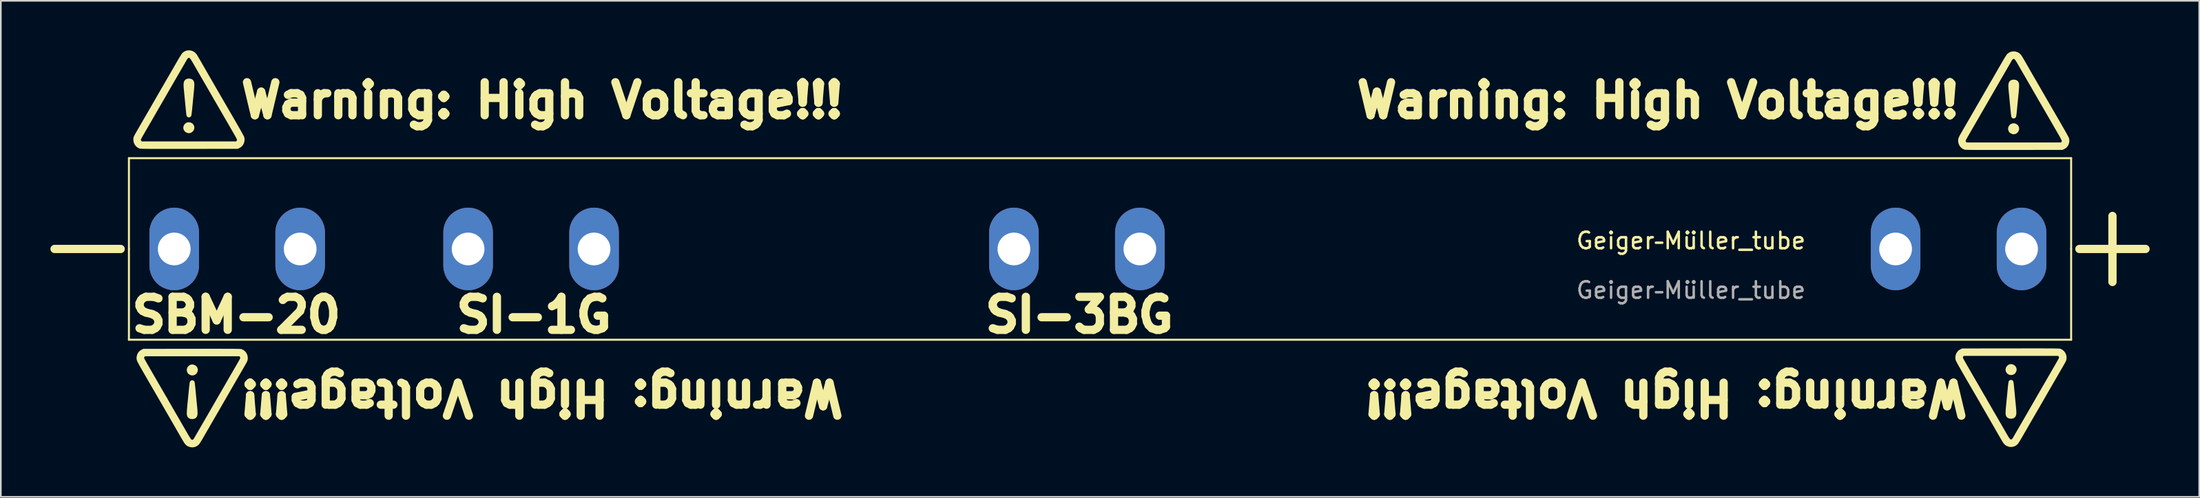
<source format=kicad_pcb>
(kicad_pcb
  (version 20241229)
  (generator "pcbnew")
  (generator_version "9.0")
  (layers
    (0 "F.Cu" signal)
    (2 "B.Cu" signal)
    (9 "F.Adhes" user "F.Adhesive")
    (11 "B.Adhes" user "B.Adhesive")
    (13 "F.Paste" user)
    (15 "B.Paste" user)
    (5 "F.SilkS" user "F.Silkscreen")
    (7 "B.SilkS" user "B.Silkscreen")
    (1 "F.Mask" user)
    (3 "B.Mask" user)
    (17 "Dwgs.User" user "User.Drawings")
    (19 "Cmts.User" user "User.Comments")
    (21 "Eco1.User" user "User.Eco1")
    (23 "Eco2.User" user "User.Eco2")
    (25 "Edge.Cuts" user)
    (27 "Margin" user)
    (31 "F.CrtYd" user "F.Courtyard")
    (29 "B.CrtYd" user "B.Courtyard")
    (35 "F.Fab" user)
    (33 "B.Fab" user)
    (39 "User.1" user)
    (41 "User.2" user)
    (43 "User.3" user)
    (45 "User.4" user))
  (footprint "Geiger–Müller_tube"
    (layer "F.Cu")
    (at 85.25 12.032)
    (property "Reference" "Geiger–Müller_tube" (at 14 -0.5 0) (unlocked yes) (layer "F.SilkS") (effects (font (size 1 1) (thickness 0.15))))
    (attr through_hole)
    (fp_line (start -85 0) (end -81 0) (stroke (width 0.5) (type solid)) (layer "F.SilkS"))
    (fp_line (start -80.5 -5.5) (end 37 -5.5) (stroke (width 0.12) (type solid)) (layer "F.SilkS"))
    (fp_line (start -80.5 0) (end -80.5 -5.5) (stroke (width 0.12) (type solid)) (layer "F.SilkS"))
    (fp_line (start -80.5 5.5) (end -80.5 0) (stroke (width 0.12) (type solid)) (layer "F.SilkS"))
    (fp_line (start 37 0) (end 37 -5.5) (stroke (width 0.12) (type solid)) (layer "F.SilkS"))
    (fp_line (start 37 0) (end 37 5.5) (stroke (width 0.12) (type solid)) (layer "F.SilkS"))
    (fp_line (start 37 5.5) (end -80.5 5.5) (stroke (width 0.12) (type solid)) (layer "F.SilkS"))
    (fp_line (start 37.5 0) (end 41.5 0) (stroke (width 0.5) (type solid)) (layer "F.SilkS"))
    (fp_line (start 39.5 2) (end 39.5 -2) (stroke (width 0.5) (type solid)) (layer "F.SilkS"))
    (fp_poly (pts (xy -76.802 7.634) (xy -76.881 7.586) (xy -76.944 7.519) (xy -76.985 7.435) (xy -77.001 7.337) (xy -77.001 7.334) (xy -76.986 7.239) (xy -76.946 7.154) (xy -76.886 7.083) (xy -76.81 7.031) (xy -76.724 7.002) (xy -76.633 7) (xy -76.6 7.006) (xy -76.497 7.047) (xy -76.417 7.11) (xy -76.362 7.191) (xy -76.334 7.287) (xy -76.331 7.335) (xy -76.345 7.423) (xy -76.385 7.507) (xy -76.444 7.579) (xy -76.515 7.629) (xy -76.517 7.629) (xy -76.615 7.658) (xy -76.712 7.659)) (stroke (width 0) (type solid)) (fill yes) (layer "F.SilkS"))
    (fp_poly (pts (xy -76.74 -7.649) (xy -76.661 -7.601) (xy -76.599 -7.534) (xy -76.557 -7.45) (xy -76.541 -7.352) (xy -76.541 -7.348) (xy -76.556 -7.254) (xy -76.596 -7.169) (xy -76.657 -7.098) (xy -76.732 -7.046) (xy -76.818 -7.017) (xy -76.909 -7.015) (xy -76.942 -7.021) (xy -77.045 -7.062) (xy -77.125 -7.124) (xy -77.18 -7.205) (xy -77.208 -7.302) (xy -77.211 -7.35) (xy -77.197 -7.438) (xy -77.157 -7.522) (xy -77.099 -7.594) (xy -77.027 -7.643) (xy -77.026 -7.644) (xy -76.927 -7.673) (xy -76.83 -7.674)) (stroke (width 0) (type solid)) (fill yes) (layer "F.SilkS"))
    (fp_poly (pts (xy 33.231 7.612) (xy 33.152 7.564) (xy 33.09 7.497) (xy 33.048 7.413) (xy 33.032 7.315) (xy 33.032 7.312) (xy 33.047 7.217) (xy 33.087 7.132) (xy 33.147 7.061) (xy 33.223 7.009) (xy 33.309 6.98) (xy 33.4 6.978) (xy 33.433 6.984) (xy 33.536 7.025) (xy 33.616 7.088) (xy 33.671 7.169) (xy 33.699 7.265) (xy 33.702 7.313) (xy 33.688 7.401) (xy 33.648 7.485) (xy 33.59 7.557) (xy 33.518 7.607) (xy 33.516 7.607) (xy 33.418 7.636) (xy 33.321 7.637)) (stroke (width 0) (type solid)) (fill yes) (layer "F.SilkS"))
    (fp_poly (pts (xy 33.656 -7.585) (xy 33.735 -7.537) (xy 33.797 -7.47) (xy 33.839 -7.386) (xy 33.855 -7.288) (xy 33.855 -7.284) (xy 33.84 -7.19) (xy 33.8 -7.105) (xy 33.739 -7.034) (xy 33.664 -6.982) (xy 33.578 -6.953) (xy 33.487 -6.951) (xy 33.454 -6.957) (xy 33.351 -6.998) (xy 33.271 -7.06) (xy 33.216 -7.141) (xy 33.188 -7.238) (xy 33.185 -7.286) (xy 33.199 -7.374) (xy 33.239 -7.458) (xy 33.297 -7.53) (xy 33.369 -7.579) (xy 33.371 -7.58) (xy 33.469 -7.609) (xy 33.566 -7.61)) (stroke (width 0) (type solid)) (fill yes) (layer "F.SilkS"))
    (fp_poly (pts (xy -76.818 -10.319) (xy -76.733 -10.3) (xy -76.66 -10.263) (xy -76.612 -10.215) (xy -76.589 -10.18) (xy -76.571 -10.144) (xy -76.558 -10.105) (xy -76.549 -10.057) (xy -76.544 -9.999) (xy -76.544 -9.926) (xy -76.548 -9.836) (xy -76.555 -9.724) (xy -76.567 -9.588) (xy -76.583 -9.425) (xy -76.589 -9.359) (xy -76.604 -9.21) (xy -76.62 -9.049) (xy -76.636 -8.884) (xy -76.651 -8.725) (xy -76.665 -8.582) (xy -76.673 -8.493) (xy -76.685 -8.378) (xy -76.697 -8.273) (xy -76.709 -8.183) (xy -76.72 -8.113) (xy -76.729 -8.068) (xy -76.733 -8.058) (xy -76.772 -8.006) (xy -76.827 -7.976) (xy -76.889 -7.971) (xy -76.949 -7.992) (xy -76.971 -8.009) (xy -76.983 -8.02) (xy -76.994 -8.031) (xy -77.002 -8.046) (xy -77.01 -8.066) (xy -77.018 -8.095) (xy -77.025 -8.137) (xy -77.033 -8.193) (xy -77.041 -8.268) (xy -77.051 -8.363) (xy -77.063 -8.483) (xy -77.077 -8.63) (xy -77.09 -8.762) (xy -77.104 -8.912) (xy -77.119 -9.062) (xy -77.133 -9.206) (xy -77.145 -9.34) (xy -77.157 -9.456) (xy -77.166 -9.55) (xy -77.171 -9.604) (xy -77.185 -9.75) (xy -77.193 -9.869) (xy -77.194 -9.964) (xy -77.189 -10.041) (xy -77.178 -10.103) (xy -77.159 -10.155) (xy -77.133 -10.202) (xy -77.125 -10.215) (xy -77.069 -10.268) (xy -76.994 -10.303) (xy -76.908 -10.32)) (stroke (width 0) (type solid)) (fill yes) (layer "F.SilkS"))
    (fp_poly (pts (xy -76.724 10.304) (xy -76.809 10.285) (xy -76.883 10.248) (xy -76.931 10.2) (xy -76.953 10.165) (xy -76.971 10.13) (xy -76.984 10.09) (xy -76.993 10.042) (xy -76.998 9.984) (xy -76.998 9.911) (xy -76.995 9.821) (xy -76.987 9.71) (xy -76.975 9.574) (xy -76.96 9.41) (xy -76.953 9.344) (xy -76.938 9.196) (xy -76.923 9.034) (xy -76.907 8.869) (xy -76.891 8.711) (xy -76.878 8.568) (xy -76.869 8.478) (xy -76.857 8.363) (xy -76.845 8.258) (xy -76.834 8.168) (xy -76.823 8.098) (xy -76.813 8.054) (xy -76.81 8.043) (xy -76.771 7.991) (xy -76.715 7.962) (xy -76.653 7.956) (xy -76.593 7.977) (xy -76.571 7.994) (xy -76.559 8.005) (xy -76.549 8.016) (xy -76.54 8.031) (xy -76.532 8.051) (xy -76.525 8.08) (xy -76.517 8.122) (xy -76.51 8.178) (xy -76.501 8.253) (xy -76.491 8.348) (xy -76.479 8.468) (xy -76.465 8.615) (xy -76.453 8.747) (xy -76.438 8.897) (xy -76.424 9.047) (xy -76.41 9.191) (xy -76.397 9.325) (xy -76.385 9.441) (xy -76.376 9.536) (xy -76.371 9.589) (xy -76.357 9.735) (xy -76.35 9.854) (xy -76.348 9.949) (xy -76.353 10.026) (xy -76.364 10.088) (xy -76.383 10.14) (xy -76.409 10.188) (xy -76.417 10.2) (xy -76.473 10.253) (xy -76.548 10.288) (xy -76.634 10.305)) (stroke (width 0) (type solid)) (fill yes) (layer "F.SilkS"))
    (fp_poly (pts (xy 33.309 10.282) (xy 33.224 10.263) (xy 33.151 10.226) (xy 33.103 10.178) (xy 33.08 10.143) (xy 33.062 10.107) (xy 33.049 10.068) (xy 33.04 10.02) (xy 33.035 9.962) (xy 33.035 9.889) (xy 33.039 9.799) (xy 33.046 9.688) (xy 33.058 9.552) (xy 33.074 9.388) (xy 33.08 9.322) (xy 33.095 9.174) (xy 33.11 9.012) (xy 33.127 8.847) (xy 33.142 8.688) (xy 33.156 8.546) (xy 33.164 8.456) (xy 33.176 8.341) (xy 33.188 8.236) (xy 33.2 8.146) (xy 33.211 8.076) (xy 33.22 8.032) (xy 33.223 8.021) (xy 33.263 7.969) (xy 33.318 7.939) (xy 33.38 7.934) (xy 33.44 7.955) (xy 33.462 7.972) (xy 33.474 7.983) (xy 33.485 7.994) (xy 33.493 8.009) (xy 33.501 8.029) (xy 33.508 8.058) (xy 33.516 8.1) (xy 33.523 8.156) (xy 33.532 8.231) (xy 33.542 8.326) (xy 33.554 8.446) (xy 33.568 8.593) (xy 33.581 8.725) (xy 33.595 8.875) (xy 33.609 9.025) (xy 33.623 9.169) (xy 33.636 9.303) (xy 33.648 9.419) (xy 33.657 9.514) (xy 33.662 9.567) (xy 33.676 9.713) (xy 33.683 9.832) (xy 33.685 9.927) (xy 33.68 10.004) (xy 33.669 10.066) (xy 33.65 10.118) (xy 33.624 10.166) (xy 33.616 10.178) (xy 33.56 10.231) (xy 33.485 10.266) (xy 33.399 10.283)) (stroke (width 0) (type solid)) (fill yes) (layer "F.SilkS"))
    (fp_poly (pts (xy 33.578 -10.255) (xy 33.663 -10.236) (xy 33.736 -10.199) (xy 33.784 -10.151) (xy 33.807 -10.116) (xy 33.825 -10.08) (xy 33.838 -10.041) (xy 33.847 -9.993) (xy 33.852 -9.935) (xy 33.852 -9.862) (xy 33.848 -9.772) (xy 33.841 -9.66) (xy 33.829 -9.524) (xy 33.813 -9.361) (xy 33.807 -9.295) (xy 33.792 -9.146) (xy 33.776 -8.985) (xy 33.76 -8.82) (xy 33.745 -8.661) (xy 33.731 -8.518) (xy 33.723 -8.429) (xy 33.711 -8.314) (xy 33.699 -8.209) (xy 33.687 -8.119) (xy 33.676 -8.049) (xy 33.667 -8.004) (xy 33.664 -7.994) (xy 33.624 -7.942) (xy 33.569 -7.912) (xy 33.507 -7.907) (xy 33.447 -7.928) (xy 33.425 -7.945) (xy 33.413 -7.956) (xy 33.402 -7.967) (xy 33.394 -7.982) (xy 33.386 -8.002) (xy 33.378 -8.031) (xy 33.371 -8.073) (xy 33.364 -8.129) (xy 33.355 -8.204) (xy 33.345 -8.299) (xy 33.333 -8.419) (xy 33.319 -8.566) (xy 33.306 -8.698) (xy 33.292 -8.848) (xy 33.278 -8.998) (xy 33.264 -9.142) (xy 33.251 -9.276) (xy 33.239 -9.392) (xy 33.23 -9.486) (xy 33.225 -9.54) (xy 33.211 -9.686) (xy 33.204 -9.805) (xy 33.202 -9.9) (xy 33.207 -9.977) (xy 33.218 -10.039) (xy 33.237 -10.091) (xy 33.263 -10.138) (xy 33.271 -10.151) (xy 33.327 -10.204) (xy 33.402 -10.239) (xy 33.488 -10.256)) (stroke (width 0) (type solid)) (fill yes) (layer "F.SilkS"))
    (fp_poly (pts (xy -76.79 -12.028) (xy -76.709 -12.009) (xy -76.596 -11.963) (xy -76.502 -11.899) (xy -76.42 -11.81) (xy -76.374 -11.742) (xy -76.344 -11.693) (xy -76.301 -11.62) (xy -76.247 -11.527) (xy -76.184 -11.42) (xy -76.116 -11.302) (xy -76.045 -11.178) (xy -75.973 -11.053) (xy -75.903 -10.931) (xy -75.855 -10.846) (xy -75.834 -10.809) (xy -75.809 -10.766) (xy -75.779 -10.714) (xy -75.742 -10.649) (xy -75.696 -10.57) (xy -75.64 -10.472) (xy -75.571 -10.353) (xy -75.488 -10.21) (xy -75.455 -10.152) (xy -75.429 -10.106) (xy -75.388 -10.036) (xy -75.335 -9.944) (xy -75.271 -9.833) (xy -75.198 -9.707) (xy -75.119 -9.569) (xy -75.034 -9.423) (xy -74.947 -9.271) (xy -74.903 -9.195) (xy -74.814 -9.041) (xy -74.726 -8.89) (xy -74.643 -8.745) (xy -74.564 -8.61) (xy -74.494 -8.488) (xy -74.432 -8.382) (xy -74.383 -8.297) (xy -74.346 -8.235) (xy -74.335 -8.215) (xy -74.28 -8.122) (xy -74.219 -8.017) (xy -74.16 -7.915) (xy -74.121 -7.847) (xy -74.085 -7.783) (xy -74.036 -7.698) (xy -73.977 -7.595) (xy -73.913 -7.483) (xy -73.845 -7.366) (xy -73.786 -7.262) (xy -73.724 -7.153) (xy -73.666 -7.05) (xy -73.615 -6.955) (xy -73.573 -6.875) (xy -73.542 -6.814) (xy -73.526 -6.776) (xy -73.525 -6.774) (xy -73.503 -6.66) (xy -73.509 -6.537) (xy -73.542 -6.414) (xy -73.565 -6.361) (xy -73.627 -6.26) (xy -73.705 -6.181) (xy -73.807 -6.118) (xy -73.827 -6.108) (xy -73.918 -6.065) (xy -76.852 -6.062) (xy -77.218 -6.062) (xy -77.554 -6.061) (xy -77.859 -6.061) (xy -78.136 -6.061) (xy -78.385 -6.061) (xy -78.61 -6.061) (xy -78.81 -6.061) (xy -78.987 -6.062) (xy -79.143 -6.062) (xy -79.279 -6.063) (xy -79.396 -6.064) (xy -79.496 -6.065) (xy -79.581 -6.066) (xy -79.651 -6.068) (xy -79.709 -6.07) (xy -79.755 -6.072) (xy -79.791 -6.074) (xy -79.818 -6.076) (xy -79.838 -6.079) (xy -79.853 -6.082) (xy -79.859 -6.084) (xy -79.976 -6.141) (xy -80.075 -6.223) (xy -80.152 -6.325) (xy -80.205 -6.441) (xy -80.231 -6.569) (xy -80.231 -6.617) (xy -79.778 -6.617) (xy -79.769 -6.581) (xy -79.752 -6.551) (xy -79.727 -6.515) (xy -74.01 -6.515) (xy -73.984 -6.551) (xy -73.965 -6.589) (xy -73.959 -6.616) (xy -73.967 -6.638) (xy -73.989 -6.684) (xy -74.023 -6.749) (xy -74.066 -6.829) (xy -74.117 -6.919) (xy -74.145 -6.968) (xy -74.241 -7.135) (xy -74.343 -7.312) (xy -74.448 -7.494) (xy -74.553 -7.676) (xy -74.656 -7.855) (xy -74.755 -8.026) (xy -74.846 -8.183) (xy -74.927 -8.324) (xy -74.996 -8.443) (xy -75.025 -8.493) (xy -75.076 -8.581) (xy -75.124 -8.664) (xy -75.165 -8.735) (xy -75.196 -8.789) (xy -75.213 -8.819) (xy -75.238 -8.862) (xy -75.272 -8.92) (xy -75.31 -8.982) (xy -75.313 -8.987) (xy -75.345 -9.04) (xy -75.369 -9.081) (xy -75.38 -9.103) (xy -75.381 -9.105) (xy -75.389 -9.12) (xy -75.411 -9.159) (xy -75.444 -9.219) (xy -75.487 -9.294) (xy -75.537 -9.38) (xy -75.555 -9.411) (xy -75.61 -9.505) (xy -75.662 -9.595) (xy -75.707 -9.674) (xy -75.743 -9.737) (xy -75.767 -9.778) (xy -75.77 -9.784) (xy -75.804 -9.845) (xy -75.842 -9.911) (xy -75.854 -9.931) (xy -75.878 -9.97) (xy -75.914 -10.032) (xy -75.958 -10.108) (xy -76.006 -10.192) (xy -76.035 -10.241) (xy -76.092 -10.34) (xy -76.154 -10.447) (xy -76.214 -10.552) (xy -76.266 -10.643) (xy -76.28 -10.666) (xy -76.321 -10.737) (xy -76.374 -10.828) (xy -76.435 -10.934) (xy -76.5 -11.046) (xy -76.565 -11.159) (xy -76.59 -11.203) (xy -76.659 -11.322) (xy -76.715 -11.415) (xy -76.76 -11.484) (xy -76.796 -11.532) (xy -76.826 -11.563) (xy -76.852 -11.578) (xy -76.876 -11.58) (xy -76.901 -11.571) (xy -76.913 -11.565) (xy -76.951 -11.533) (xy -76.981 -11.492) (xy -76.999 -11.46) (xy -77.031 -11.404) (xy -77.075 -11.327) (xy -77.128 -11.234) (xy -77.189 -11.128) (xy -77.255 -11.014) (xy -77.324 -10.894) (xy -77.394 -10.774) (xy -77.462 -10.656) (xy -77.49 -10.609) (xy -77.545 -10.513) (xy -77.604 -10.413) (xy -77.659 -10.317) (xy -77.706 -10.236) (xy -77.724 -10.205) (xy -77.775 -10.117) (xy -77.832 -10.017) (xy -77.887 -9.922) (xy -77.908 -9.886) (xy -77.942 -9.827) (xy -77.989 -9.746) (xy -78.045 -9.648) (xy -78.108 -9.54) (xy -78.172 -9.428) (xy -78.221 -9.342) (xy -78.295 -9.214) (xy -78.379 -9.068) (xy -78.468 -8.914) (xy -78.557 -8.761) (xy -78.639 -8.619) (xy -78.674 -8.558) (xy -78.737 -8.45) (xy -78.796 -8.348) (xy -78.849 -8.256) (xy -78.893 -8.178) (xy -78.927 -8.12) (xy -78.947 -8.085) (xy -78.947 -8.084) (xy -78.966 -8.051) (xy -78.999 -7.994) (xy -79.043 -7.917) (xy -79.096 -7.826) (xy -79.155 -7.723) (xy -79.218 -7.614) (xy -79.23 -7.594) (xy -79.34 -7.404) (xy -79.434 -7.242) (xy -79.515 -7.103) (xy -79.581 -6.987) (xy -79.636 -6.89) (xy -79.68 -6.813) (xy -79.715 -6.751) (xy -79.74 -6.704) (xy -79.758 -6.669) (xy -79.77 -6.644) (xy -79.776 -6.628) (xy -79.778 -6.618) (xy -79.778 -6.617) (xy -80.231 -6.617) (xy -80.232 -6.662) (xy -80.228 -6.698) (xy -80.224 -6.731) (xy -80.215 -6.765) (xy -80.202 -6.804) (xy -80.182 -6.849) (xy -80.153 -6.906) (xy -80.115 -6.977) (xy -80.065 -7.065) (xy -80.002 -7.175) (xy -79.924 -7.31) (xy -79.922 -7.313) (xy -79.802 -7.521) (xy -79.694 -7.707) (xy -79.595 -7.879) (xy -79.5 -8.043) (xy -79.406 -8.206) (xy -79.308 -8.375) (xy -79.203 -8.557) (xy -79.132 -8.681) (xy -79.006 -8.9) (xy -78.894 -9.093) (xy -78.796 -9.265) (xy -78.708 -9.416) (xy -78.631 -9.551) (xy -78.561 -9.672) (xy -78.497 -9.782) (xy -78.438 -9.883) (xy -78.399 -9.951) (xy -78.307 -10.11) (xy -78.203 -10.29) (xy -78.09 -10.484) (xy -77.974 -10.686) (xy -77.857 -10.889) (xy -77.744 -11.085) (xy -77.64 -11.267) (xy -77.586 -11.36) (xy -77.506 -11.498) (xy -77.434 -11.618) (xy -77.371 -11.719) (xy -77.32 -11.798) (xy -77.281 -11.852) (xy -77.264 -11.872) (xy -77.163 -11.953) (xy -77.047 -12.007) (xy -76.921 -12.032)) (stroke (width 0) (type solid)) (fill yes) (layer "F.SilkS"))
    (fp_poly (pts (xy -76.752 12.013) (xy -76.834 11.994) (xy -76.947 11.948) (xy -77.041 11.884) (xy -77.122 11.795) (xy -77.168 11.727) (xy -77.198 11.678) (xy -77.241 11.605) (xy -77.295 11.513) (xy -77.358 11.405) (xy -77.426 11.287) (xy -77.498 11.164) (xy -77.569 11.038) (xy -77.639 10.916) (xy -77.687 10.831) (xy -77.708 10.794) (xy -77.733 10.751) (xy -77.763 10.699) (xy -77.8 10.635) (xy -77.846 10.555) (xy -77.902 10.457) (xy -77.971 10.338) (xy -78.054 10.195) (xy -78.087 10.137) (xy -78.114 10.091) (xy -78.154 10.021) (xy -78.207 9.929) (xy -78.271 9.818) (xy -78.344 9.692) (xy -78.423 9.555) (xy -78.508 9.408) (xy -78.596 9.256) (xy -78.639 9.181) (xy -78.728 9.026) (xy -78.816 8.875) (xy -78.9 8.73) (xy -78.978 8.595) (xy -79.049 8.473) (xy -79.11 8.367) (xy -79.16 8.282) (xy -79.196 8.22) (xy -79.208 8.2) (xy -79.262 8.107) (xy -79.323 8.002) (xy -79.382 7.9) (xy -79.421 7.832) (xy -79.457 7.769) (xy -79.506 7.683) (xy -79.565 7.581) (xy -79.63 7.468) (xy -79.697 7.351) (xy -79.757 7.247) (xy -79.819 7.139) (xy -79.876 7.035) (xy -79.927 6.941) (xy -79.969 6.86) (xy -80 6.799) (xy -80.017 6.761) (xy -80.017 6.759) (xy -80.039 6.645) (xy -80.033 6.522) (xy -80.001 6.399) (xy -79.977 6.346) (xy -79.916 6.245) (xy -79.837 6.167) (xy -79.735 6.103) (xy -79.715 6.093) (xy -79.624 6.051) (xy -76.69 6.047) (xy -76.324 6.047) (xy -75.989 6.046) (xy -75.684 6.046) (xy -75.407 6.046) (xy -75.157 6.046) (xy -74.933 6.046) (xy -74.733 6.047) (xy -74.555 6.047) (xy -74.4 6.048) (xy -74.264 6.048) (xy -74.146 6.049) (xy -74.046 6.05) (xy -73.961 6.052) (xy -73.891 6.053) (xy -73.833 6.055) (xy -73.787 6.057) (xy -73.751 6.059) (xy -73.724 6.062) (xy -73.704 6.064) (xy -73.689 6.067) (xy -73.683 6.069) (xy -73.566 6.127) (xy -73.467 6.208) (xy -73.39 6.31) (xy -73.337 6.427) (xy -73.311 6.555) (xy -73.311 6.602) (xy -73.765 6.602) (xy -73.774 6.567) (xy -73.79 6.536) (xy -73.815 6.5) (xy -79.532 6.5) (xy -79.558 6.536) (xy -79.577 6.574) (xy -79.583 6.601) (xy -79.575 6.623) (xy -79.553 6.669) (xy -79.519 6.734) (xy -79.476 6.814) (xy -79.425 6.904) (xy -79.397 6.953) (xy -79.301 7.12) (xy -79.199 7.297) (xy -79.094 7.479) (xy -78.989 7.661) (xy -78.886 7.84) (xy -78.788 8.011) (xy -78.697 8.168) (xy -78.615 8.309) (xy -78.546 8.428) (xy -78.518 8.478) (xy -78.466 8.566) (xy -78.419 8.649) (xy -78.377 8.72) (xy -78.346 8.774) (xy -78.329 8.805) (xy -78.305 8.847) (xy -78.27 8.905) (xy -78.232 8.967) (xy -78.229 8.972) (xy -78.197 9.025) (xy -78.174 9.066) (xy -78.162 9.088) (xy -78.161 9.09) (xy -78.154 9.105) (xy -78.132 9.145) (xy -78.098 9.204) (xy -78.055 9.279) (xy -78.005 9.365) (xy -77.987 9.396) (xy -77.932 9.49) (xy -77.881 9.58) (xy -77.835 9.659) (xy -77.799 9.722) (xy -77.776 9.764) (xy -77.773 9.769) (xy -77.738 9.83) (xy -77.7 9.896) (xy -77.688 9.916) (xy -77.664 9.956) (xy -77.629 10.017) (xy -77.584 10.093) (xy -77.536 10.177) (xy -77.507 10.227) (xy -77.45 10.325) (xy -77.389 10.433) (xy -77.328 10.537) (xy -77.276 10.628) (xy -77.262 10.652) (xy -77.222 10.722) (xy -77.169 10.813) (xy -77.108 10.919) (xy -77.043 11.032) (xy -76.978 11.144) (xy -76.952 11.188) (xy -76.883 11.307) (xy -76.827 11.4) (xy -76.782 11.469) (xy -76.746 11.518) (xy -76.717 11.548) (xy -76.691 11.563) (xy -76.667 11.565) (xy -76.642 11.556) (xy -76.629 11.55) (xy -76.591 11.518) (xy -76.561 11.477) (xy -76.543 11.445) (xy -76.512 11.389) (xy -76.468 11.312) (xy -76.414 11.219) (xy -76.353 11.113) (xy -76.287 10.999) (xy -76.218 10.879) (xy -76.148 10.759) (xy -76.08 10.642) (xy -76.053 10.594) (xy -75.997 10.499) (xy -75.939 10.398) (xy -75.883 10.302) (xy -75.836 10.221) (xy -75.818 10.19) (xy -75.767 10.102) (xy -75.71 10.002) (xy -75.655 9.907) (xy -75.634 9.871) (xy -75.6 9.812) (xy -75.553 9.731) (xy -75.497 9.634) (xy -75.435 9.525) (xy -75.37 9.413) (xy -75.321 9.328) (xy -75.247 9.2) (xy -75.163 9.053) (xy -75.074 8.899) (xy -74.985 8.746) (xy -74.904 8.605) (xy -74.868 8.543) (xy -74.806 8.435) (xy -74.747 8.333) (xy -74.694 8.241) (xy -74.649 8.164) (xy -74.616 8.105) (xy -74.596 8.07) (xy -74.595 8.069) (xy -74.576 8.036) (xy -74.544 7.979) (xy -74.5 7.903) (xy -74.447 7.811) (xy -74.387 7.708) (xy -74.324 7.599) (xy -74.312 7.579) (xy -74.202 7.39) (xy -74.108 7.227) (xy -74.028 7.088) (xy -73.961 6.972) (xy -73.906 6.876) (xy -73.862 6.798) (xy -73.828 6.736) (xy -73.802 6.689) (xy -73.784 6.654) (xy -73.773 6.629) (xy -73.767 6.613) (xy -73.765 6.603) (xy -73.765 6.602) (xy -73.311 6.602) (xy -73.311 6.647) (xy -73.314 6.683) (xy -73.319 6.717) (xy -73.327 6.751) (xy -73.34 6.789) (xy -73.36 6.834) (xy -73.389 6.891) (xy -73.427 6.962) (xy -73.477 7.05) (xy -73.54 7.16) (xy -73.618 7.295) (xy -73.62 7.298) (xy -73.74 7.506) (xy -73.848 7.692) (xy -73.947 7.864) (xy -74.042 8.028) (xy -74.137 8.191) (xy -74.234 8.36) (xy -74.339 8.543) (xy -74.41 8.666) (xy -74.536 8.885) (xy -74.648 9.079) (xy -74.747 9.25) (xy -74.834 9.401) (xy -74.912 9.536) (xy -74.982 9.657) (xy -75.045 9.767) (xy -75.104 9.869) (xy -75.144 9.937) (xy -75.236 10.095) (xy -75.34 10.275) (xy -75.452 10.47) (xy -75.569 10.672) (xy -75.685 10.874) (xy -75.798 11.07) (xy -75.903 11.252) (xy -75.956 11.345) (xy -76.036 11.483) (xy -76.108 11.604) (xy -76.171 11.705) (xy -76.223 11.783) (xy -76.262 11.837) (xy -76.278 11.857) (xy -76.38 11.938) (xy -76.496 11.992) (xy -76.621 12.018)) (stroke (width 0) (type solid)) (fill yes) (layer "F.SilkS"))
    (fp_poly (pts (xy 33.281 11.991) (xy 33.199 11.972) (xy 33.086 11.926) (xy 32.992 11.862) (xy 32.911 11.773) (xy 32.865 11.705) (xy 32.835 11.656) (xy 32.792 11.583) (xy 32.738 11.491) (xy 32.675 11.383) (xy 32.607 11.265) (xy 32.536 11.142) (xy 32.464 11.016) (xy 32.394 10.894) (xy 32.346 10.809) (xy 32.325 10.772) (xy 32.3 10.729) (xy 32.27 10.677) (xy 32.233 10.613) (xy 32.187 10.533) (xy 32.131 10.435) (xy 32.062 10.316) (xy 31.979 10.173) (xy 31.946 10.115) (xy 31.92 10.069) (xy 31.879 9.999) (xy 31.826 9.907) (xy 31.762 9.796) (xy 31.689 9.67) (xy 31.61 9.533) (xy 31.525 9.386) (xy 31.438 9.234) (xy 31.394 9.159) (xy 31.305 9.004) (xy 31.217 8.853) (xy 31.133 8.708) (xy 31.055 8.573) (xy 30.984 8.451) (xy 30.923 8.345) (xy 30.873 8.26) (xy 30.837 8.198) (xy 30.825 8.178) (xy 30.771 8.085) (xy 30.71 7.98) (xy 30.651 7.878) (xy 30.612 7.81) (xy 30.576 7.747) (xy 30.527 7.661) (xy 30.468 7.559) (xy 30.403 7.446) (xy 30.336 7.329) (xy 30.277 7.225) (xy 30.215 7.117) (xy 30.157 7.013) (xy 30.106 6.919) (xy 30.064 6.838) (xy 30.033 6.777) (xy 30.016 6.739) (xy 30.016 6.737) (xy 29.994 6.623) (xy 30 6.5) (xy 30.033 6.377) (xy 30.056 6.324) (xy 30.118 6.223) (xy 30.196 6.144) (xy 30.298 6.081) (xy 30.318 6.071) (xy 30.409 6.028) (xy 33.343 6.025) (xy 33.709 6.025) (xy 34.044 6.024) (xy 34.35 6.024) (xy 34.626 6.024) (xy 34.876 6.024) (xy 35.1 6.024) (xy 35.3 6.024) (xy 35.478 6.025) (xy 35.634 6.025) (xy 35.77 6.026) (xy 35.887 6.027) (xy 35.987 6.028) (xy 36.072 6.03) (xy 36.142 6.031) (xy 36.2 6.033) (xy 36.246 6.035) (xy 36.282 6.037) (xy 36.309 6.04) (xy 36.329 6.042) (xy 36.344 6.045) (xy 36.35 6.047) (xy 36.467 6.105) (xy 36.566 6.186) (xy 36.643 6.288) (xy 36.696 6.405) (xy 36.722 6.533) (xy 36.722 6.58) (xy 36.269 6.58) (xy 36.259 6.545) (xy 36.243 6.514) (xy 36.218 6.478) (xy 30.501 6.478) (xy 30.475 6.514) (xy 30.456 6.552) (xy 30.45 6.579) (xy 30.458 6.601) (xy 30.48 6.647) (xy 30.514 6.712) (xy 30.557 6.792) (xy 30.608 6.882) (xy 30.636 6.931) (xy 30.732 7.098) (xy 30.834 7.275) (xy 30.939 7.457) (xy 31.044 7.639) (xy 31.147 7.818) (xy 31.246 7.989) (xy 31.337 8.146) (xy 31.418 8.287) (xy 31.487 8.406) (xy 31.515 8.456) (xy 31.567 8.544) (xy 31.615 8.627) (xy 31.656 8.698) (xy 31.687 8.752) (xy 31.704 8.783) (xy 31.729 8.825) (xy 31.763 8.883) (xy 31.801 8.945) (xy 31.804 8.95) (xy 31.836 9.003) (xy 31.86 9.044) (xy 31.871 9.066) (xy 31.872 9.068) (xy 31.88 9.083) (xy 31.902 9.123) (xy 31.935 9.182) (xy 31.978 9.257) (xy 32.028 9.343) (xy 32.046 9.374) (xy 32.101 9.468) (xy 32.152 9.558) (xy 32.198 9.637) (xy 32.234 9.7) (xy 32.257 9.742) (xy 32.26 9.747) (xy 32.295 9.808) (xy 32.333 9.874) (xy 32.345 9.894) (xy 32.369 9.934) (xy 32.405 9.995) (xy 32.449 10.071) (xy 32.497 10.155) (xy 32.526 10.205) (xy 32.583 10.303) (xy 32.644 10.41) (xy 32.705 10.515) (xy 32.757 10.606) (xy 32.771 10.63) (xy 32.812 10.7) (xy 32.865 10.791) (xy 32.926 10.897) (xy 32.991 11.009) (xy 33.055 11.122) (xy 33.081 11.166) (xy 33.15 11.285) (xy 33.206 11.378) (xy 33.251 11.447) (xy 33.287 11.496) (xy 33.317 11.526) (xy 33.342 11.541) (xy 33.367 11.543) (xy 33.392 11.534) (xy 33.404 11.528) (xy 33.442 11.496) (xy 33.472 11.455) (xy 33.49 11.423) (xy 33.522 11.367) (xy 33.565 11.29) (xy 33.619 11.197) (xy 33.68 11.091) (xy 33.746 10.977) (xy 33.815 10.857) (xy 33.885 10.737) (xy 33.953 10.619) (xy 33.98 10.572) (xy 34.036 10.477) (xy 34.094 10.376) (xy 34.15 10.28) (xy 34.197 10.199) (xy 34.215 10.168) (xy 34.266 10.08) (xy 34.323 9.98) (xy 34.378 9.885) (xy 34.399 9.849) (xy 34.433 9.79) (xy 34.48 9.709) (xy 34.536 9.611) (xy 34.598 9.503) (xy 34.663 9.391) (xy 34.712 9.306) (xy 34.786 9.178) (xy 34.87 9.031) (xy 34.959 8.877) (xy 35.048 8.724) (xy 35.129 8.583) (xy 35.165 8.521) (xy 35.227 8.413) (xy 35.286 8.311) (xy 35.34 8.219) (xy 35.384 8.142) (xy 35.418 8.083) (xy 35.437 8.048) (xy 35.438 8.047) (xy 35.457 8.014) (xy 35.49 7.957) (xy 35.534 7.881) (xy 35.587 7.789) (xy 35.646 7.686) (xy 35.709 7.577) (xy 35.721 7.557) (xy 35.831 7.368) (xy 35.925 7.205) (xy 36.005 7.066) (xy 36.072 6.95) (xy 36.127 6.854) (xy 36.171 6.776) (xy 36.205 6.714) (xy 36.231 6.667) (xy 36.249 6.632) (xy 36.26 6.607) (xy 36.267 6.591) (xy 36.269 6.581) (xy 36.269 6.58) (xy 36.722 6.58) (xy 36.722 6.625) (xy 36.719 6.661) (xy 36.714 6.695) (xy 36.706 6.729) (xy 36.693 6.767) (xy 36.673 6.812) (xy 36.644 6.869) (xy 36.606 6.94) (xy 36.556 7.028) (xy 36.493 7.138) (xy 36.415 7.273) (xy 36.413 7.276) (xy 36.293 7.484) (xy 36.185 7.67) (xy 36.086 7.842) (xy 35.991 8.006) (xy 35.897 8.169) (xy 35.799 8.338) (xy 35.694 8.52) (xy 35.623 8.644) (xy 35.497 8.863) (xy 35.385 9.057) (xy 35.287 9.228) (xy 35.199 9.379) (xy 35.121 9.514) (xy 35.052 9.635) (xy 34.988 9.745) (xy 34.929 9.846) (xy 34.89 9.914) (xy 34.798 10.073) (xy 34.693 10.253) (xy 34.581 10.448) (xy 34.465 10.65) (xy 34.348 10.852) (xy 34.235 11.048) (xy 34.13 11.23) (xy 34.077 11.323) (xy 33.997 11.461) (xy 33.925 11.582) (xy 33.862 11.683) (xy 33.811 11.761) (xy 33.772 11.815) (xy 33.755 11.835) (xy 33.653 11.916) (xy 33.537 11.97) (xy 33.412 11.995)) (stroke (width 0) (type solid)) (fill yes) (layer "F.SilkS"))
    (fp_poly (pts (xy 33.606 -11.964) (xy 33.688 -11.945) (xy 33.801 -11.899) (xy 33.894 -11.835) (xy 33.976 -11.746) (xy 34.022 -11.678) (xy 34.052 -11.629) (xy 34.095 -11.556) (xy 34.149 -11.463) (xy 34.212 -11.356) (xy 34.28 -11.238) (xy 34.351 -11.114) (xy 34.423 -10.989) (xy 34.493 -10.867) (xy 34.541 -10.782) (xy 34.562 -10.745) (xy 34.587 -10.702) (xy 34.617 -10.65) (xy 34.654 -10.585) (xy 34.7 -10.506) (xy 34.756 -10.408) (xy 34.825 -10.289) (xy 34.908 -10.146) (xy 34.941 -10.088) (xy 34.967 -10.042) (xy 35.008 -9.972) (xy 35.061 -9.88) (xy 35.125 -9.769) (xy 35.198 -9.643) (xy 35.277 -9.505) (xy 35.362 -9.359) (xy 35.449 -9.207) (xy 35.493 -9.131) (xy 35.582 -8.977) (xy 35.67 -8.826) (xy 35.754 -8.681) (xy 35.832 -8.546) (xy 35.903 -8.424) (xy 35.964 -8.318) (xy 36.014 -8.233) (xy 36.05 -8.171) (xy 36.061 -8.151) (xy 36.116 -8.058) (xy 36.177 -7.953) (xy 36.236 -7.851) (xy 36.275 -7.783) (xy 36.311 -7.719) (xy 36.36 -7.634) (xy 36.419 -7.531) (xy 36.483 -7.419) (xy 36.551 -7.302) (xy 36.61 -7.198) (xy 36.672 -7.089) (xy 36.73 -6.986) (xy 36.781 -6.891) (xy 36.823 -6.811) (xy 36.854 -6.75) (xy 36.87 -6.712) (xy 36.871 -6.71) (xy 36.893 -6.596) (xy 36.887 -6.473) (xy 36.854 -6.35) (xy 36.831 -6.297) (xy 36.769 -6.196) (xy 36.691 -6.117) (xy 36.589 -6.054) (xy 36.569 -6.044) (xy 36.478 -6.001) (xy 33.544 -5.998) (xy 33.178 -5.998) (xy 32.843 -5.997) (xy 32.537 -5.997) (xy 32.26 -5.997) (xy 32.011 -5.997) (xy 31.786 -5.997) (xy 31.586 -5.997) (xy 31.409 -5.998) (xy 31.253 -5.998) (xy 31.117 -5.999) (xy 31 -6) (xy 30.9 -6.001) (xy 30.815 -6.002) (xy 30.745 -6.004) (xy 30.687 -6.006) (xy 30.641 -6.008) (xy 30.605 -6.01) (xy 30.578 -6.012) (xy 30.558 -6.015) (xy 30.543 -6.018) (xy 30.537 -6.02) (xy 30.42 -6.077) (xy 30.321 -6.159) (xy 30.244 -6.261) (xy 30.191 -6.377) (xy 30.165 -6.505) (xy 30.165 -6.553) (xy 30.618 -6.553) (xy 30.627 -6.517) (xy 30.644 -6.487) (xy 30.669 -6.451) (xy 36.386 -6.451) (xy 36.412 -6.487) (xy 36.431 -6.525) (xy 36.437 -6.552) (xy 36.429 -6.574) (xy 36.407 -6.62) (xy 36.373 -6.685) (xy 36.33 -6.765) (xy 36.279 -6.855) (xy 36.251 -6.904) (xy 36.155 -7.071) (xy 36.053 -7.248) (xy 35.948 -7.43) (xy 35.843 -7.612) (xy 35.74 -7.791) (xy 35.641 -7.962) (xy 35.55 -8.119) (xy 35.469 -8.26) (xy 35.4 -8.379) (xy 35.371 -8.429) (xy 35.32 -8.517) (xy 35.272 -8.6) (xy 35.231 -8.671) (xy 35.2 -8.725) (xy 35.183 -8.755) (xy 35.158 -8.798) (xy 35.124 -8.856) (xy 35.086 -8.918) (xy 35.083 -8.923) (xy 35.051 -8.976) (xy 35.027 -9.017) (xy 35.016 -9.039) (xy 35.015 -9.041) (xy 35.007 -9.056) (xy 34.985 -9.095) (xy 34.952 -9.155) (xy 34.909 -9.23) (xy 34.859 -9.316) (xy 34.841 -9.347) (xy 34.786 -9.441) (xy 34.734 -9.531) (xy 34.689 -9.61) (xy 34.653 -9.673) (xy 34.629 -9.714) (xy 34.627 -9.72) (xy 34.592 -9.781) (xy 34.554 -9.847) (xy 34.542 -9.867) (xy 34.518 -9.906) (xy 34.482 -9.968) (xy 34.438 -10.044) (xy 34.39 -10.128) (xy 34.361 -10.177) (xy 34.304 -10.276) (xy 34.243 -10.383) (xy 34.182 -10.488) (xy 34.13 -10.579) (xy 34.116 -10.602) (xy 34.075 -10.673) (xy 34.022 -10.764) (xy 33.961 -10.87) (xy 33.896 -10.982) (xy 33.832 -11.095) (xy 33.806 -11.139) (xy 33.737 -11.258) (xy 33.681 -11.351) (xy 33.636 -11.42) (xy 33.6 -11.468) (xy 33.57 -11.499) (xy 33.545 -11.514) (xy 33.52 -11.515) (xy 33.495 -11.507) (xy 33.483 -11.501) (xy 33.445 -11.469) (xy 33.415 -11.428) (xy 33.397 -11.396) (xy 33.365 -11.34) (xy 33.322 -11.263) (xy 33.268 -11.17) (xy 33.207 -11.064) (xy 33.141 -10.95) (xy 33.072 -10.83) (xy 33.002 -10.71) (xy 32.934 -10.592) (xy 32.907 -10.545) (xy 32.851 -10.449) (xy 32.792 -10.349) (xy 32.737 -10.253) (xy 32.69 -10.172) (xy 32.672 -10.141) (xy 32.621 -10.053) (xy 32.564 -9.953) (xy 32.509 -9.858) (xy 32.488 -9.822) (xy 32.454 -9.763) (xy 32.407 -9.682) (xy 32.351 -9.584) (xy 32.289 -9.476) (xy 32.224 -9.364) (xy 32.175 -9.278) (xy 32.101 -9.15) (xy 32.017 -9.004) (xy 31.928 -8.85) (xy 31.839 -8.697) (xy 31.758 -8.555) (xy 31.722 -8.494) (xy 31.66 -8.386) (xy 31.601 -8.284) (xy 31.547 -8.192) (xy 31.503 -8.114) (xy 31.469 -8.056) (xy 31.449 -8.021) (xy 31.449 -8.02) (xy 31.43 -7.987) (xy 31.397 -7.93) (xy 31.353 -7.853) (xy 31.3 -7.762) (xy 31.241 -7.659) (xy 31.178 -7.55) (xy 31.166 -7.53) (xy 31.056 -7.34) (xy 30.962 -7.178) (xy 30.882 -7.039) (xy 30.815 -6.923) (xy 30.76 -6.826) (xy 30.716 -6.749) (xy 30.681 -6.687) (xy 30.656 -6.64) (xy 30.638 -6.605) (xy 30.626 -6.58) (xy 30.62 -6.564) (xy 30.618 -6.554) (xy 30.618 -6.553) (xy 30.165 -6.553) (xy 30.164 -6.598) (xy 30.168 -6.634) (xy 30.173 -6.667) (xy 30.181 -6.701) (xy 30.194 -6.74) (xy 30.214 -6.785) (xy 30.243 -6.842) (xy 30.281 -6.913) (xy 30.331 -7.001) (xy 30.394 -7.111) (xy 30.472 -7.246) (xy 30.474 -7.249) (xy 30.594 -7.457) (xy 30.702 -7.643) (xy 30.801 -7.815) (xy 30.896 -7.979) (xy 30.99 -8.142) (xy 31.088 -8.311) (xy 31.193 -8.493) (xy 31.264 -8.617) (xy 31.39 -8.836) (xy 31.502 -9.029) (xy 31.6 -9.201) (xy 31.688 -9.352) (xy 31.766 -9.487) (xy 31.835 -9.608) (xy 31.899 -9.718) (xy 31.958 -9.819) (xy 31.997 -9.887) (xy 32.089 -10.046) (xy 32.194 -10.226) (xy 32.306 -10.42) (xy 32.422 -10.622) (xy 32.539 -10.825) (xy 32.652 -11.021) (xy 32.757 -11.203) (xy 32.81 -11.296) (xy 32.89 -11.434) (xy 32.962 -11.554) (xy 33.025 -11.655) (xy 33.076 -11.734) (xy 33.115 -11.788) (xy 33.132 -11.808) (xy 33.233 -11.889) (xy 33.349 -11.943) (xy 33.475 -11.968)) (stroke (width 0) (type solid)) (fill yes) (layer "F.SilkS"))
    (fp_text user "Warning: High Voltage!!!" (at -55.5 -9 0) (unlocked yes) (layer "F.SilkS") (effects (font (size 2 2) (thickness 0.5))))
    (fp_text user "SI-1G" (at -56 4 0) (unlocked yes) (layer "F.SilkS") (effects (font (size 2 2) (thickness 0.5))))
    (fp_text user "SI-3BG" (at -23 4 0) (unlocked yes) (layer "F.SilkS") (effects (font (size 2 2) (thickness 0.5))))
    (fp_text user "SBM-20" (at -74 4 0) (unlocked yes) (layer "F.SilkS") (effects (font (size 2 2) (thickness 0.5))))
    (fp_text user "Warning: High Voltage!!!" (at 12 -9 0) (unlocked yes) (layer "F.SilkS") (effects (font (size 2 2) (thickness 0.5))))
    (fp_text user "Warning: High Voltage!!!" (at -55.5 9 180) (unlocked yes) (layer "F.SilkS") (effects (font (size 2 2) (thickness 0.5))))
    (fp_text user "Warning: High Voltage!!!" (at 12.5 9 180) (unlocked yes) (layer "F.SilkS") (effects (font (size 2 2) (thickness 0.5))))
    (fp_text user "${REFERENCE}" (at 14 2.5 0) (unlocked yes) (layer "F.Fab") (effects (font (size 1 1) (thickness 0.15))))
    (pad "1" thru_hole oval (at 26.38 0) (size 3 5) (drill 1.98) (layers "*.Cu" "*.Mask"))
    (pad "1" thru_hole oval (at 34 0) (size 3 5) (drill 1.98) (layers "*.Cu" "*.Mask"))
    (pad "2" thru_hole oval (at -77.76 0) (size 3 5) (drill 1.98) (layers "*.Cu" "*.Mask"))
    (pad "2" thru_hole oval (at -70.14 0) (size 3 5) (drill 1.98) (layers "*.Cu" "*.Mask"))
    (pad "2" thru_hole oval (at -59.98 0) (size 3 5) (drill 1.98) (layers "*.Cu" "*.Mask"))
    (pad "2" thru_hole oval (at -52.36 0) (size 3 5) (drill 1.98) (layers "*.Cu" "*.Mask"))
    (pad "2" thru_hole oval (at -26.96 0) (size 3 5) (drill 1.98) (layers "*.Cu" "*.Mask"))
    (pad "2" thru_hole oval (at -19.34 0) (size 3 5) (drill 1.98) (layers "*.Cu" "*.Mask")))
  (gr_rect
    (start -3 -3)
    (end 130 27.05)
    (stroke (width 0.1) (type default))
    (fill no)
    (layer "Edge.Cuts")))
</source>
